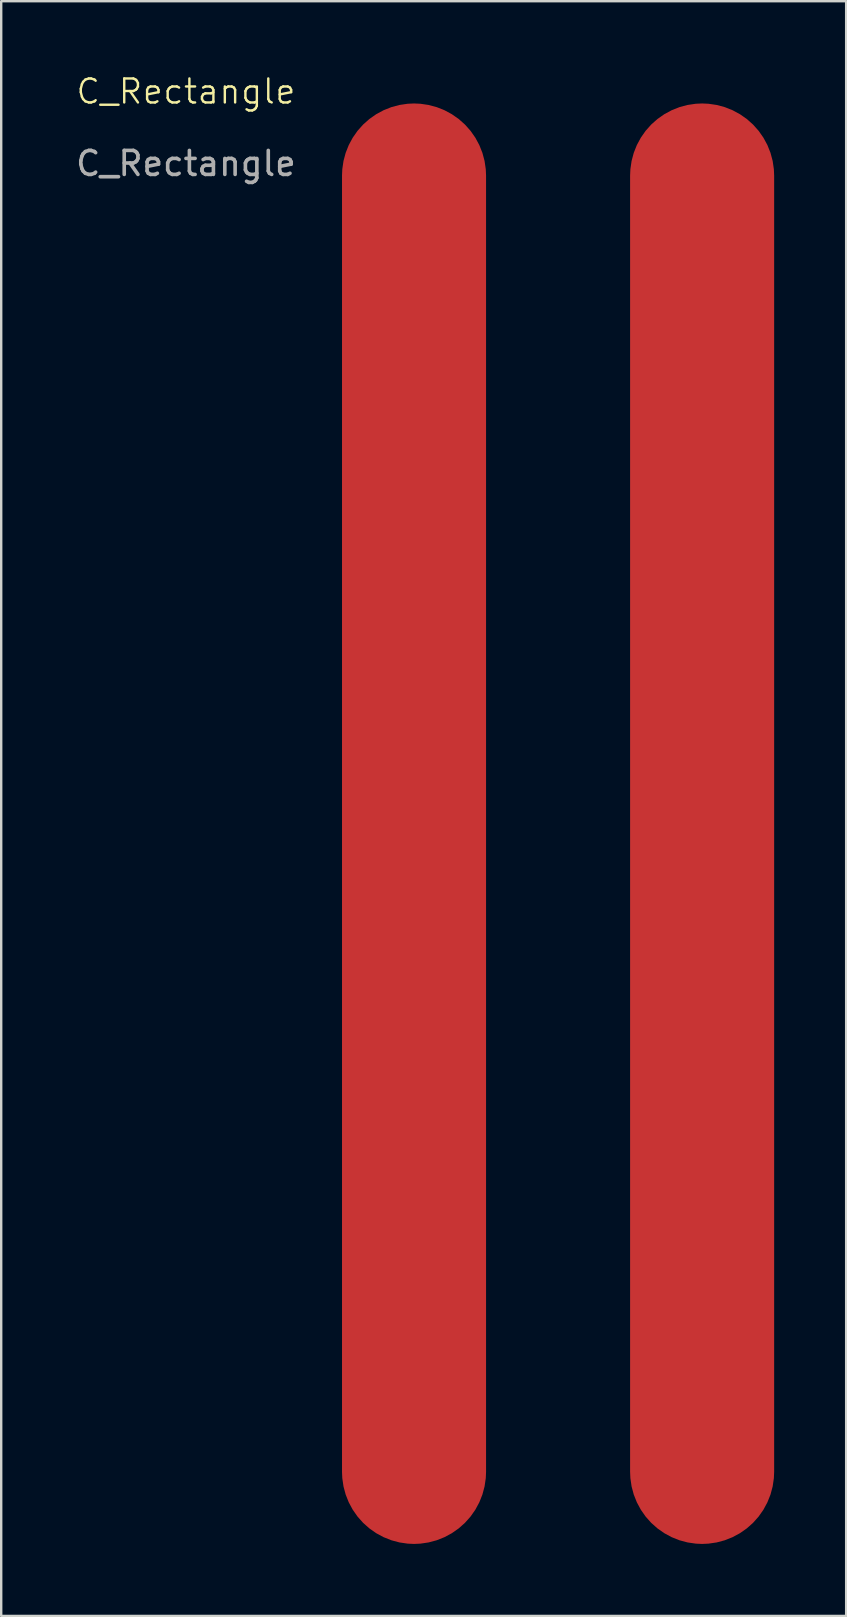
<source format=kicad_pcb>
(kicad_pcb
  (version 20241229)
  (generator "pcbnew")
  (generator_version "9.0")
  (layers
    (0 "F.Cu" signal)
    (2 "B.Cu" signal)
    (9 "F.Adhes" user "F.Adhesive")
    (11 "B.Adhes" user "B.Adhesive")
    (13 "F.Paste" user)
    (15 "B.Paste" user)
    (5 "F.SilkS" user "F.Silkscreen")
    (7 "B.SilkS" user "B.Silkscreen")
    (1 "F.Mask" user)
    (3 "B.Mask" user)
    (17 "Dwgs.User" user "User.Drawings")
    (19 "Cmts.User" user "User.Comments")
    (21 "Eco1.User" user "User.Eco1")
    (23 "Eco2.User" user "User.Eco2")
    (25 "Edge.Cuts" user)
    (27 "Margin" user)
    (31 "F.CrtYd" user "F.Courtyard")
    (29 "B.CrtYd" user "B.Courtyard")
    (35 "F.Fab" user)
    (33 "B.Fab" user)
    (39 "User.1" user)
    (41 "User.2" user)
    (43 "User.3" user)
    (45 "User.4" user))
  (footprint "C_Rectangle"
    (layer "F.Cu")
    (at 20.196 1.26)
    (property "Reference" "C_Rectangle" (at -15.5 -0.5 0) (unlocked yes) (layer "F.SilkS") (effects (font (size 1 1) (thickness 0.1))))
    (attr smd)
    (fp_text user "${REFERENCE}" (at -15.5 2.5 0) (unlocked yes) (layer "F.Fab") (effects (font (size 1 1) (thickness 0.15))))
    (pad "1" smd roundrect (at -6 30) (size 6 60) (layers "F.Cu" "F.Mask") (roundrect_rratio 0.5))
    (pad "2" smd roundrect (at 6 30) (size 6 60) (layers "F.Cu" "F.Mask") (roundrect_rratio 0.5)))
  (gr_rect
    (start -3 -3)
    (end 32.196 64.26)
    (stroke (width 0.1) (type default))
    (fill no)
    (layer "Edge.Cuts")))
</source>
